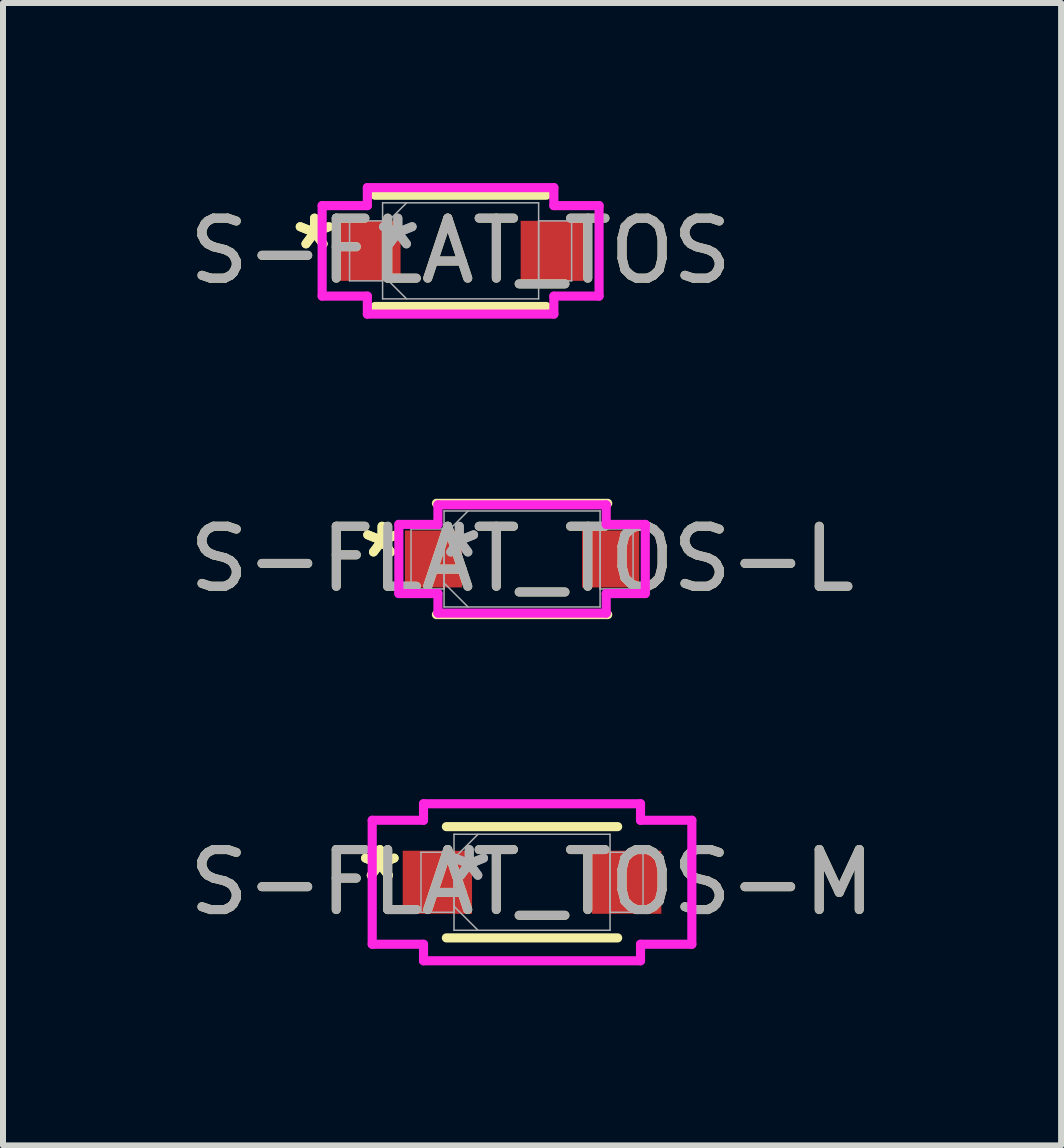
<source format=kicad_pcb>
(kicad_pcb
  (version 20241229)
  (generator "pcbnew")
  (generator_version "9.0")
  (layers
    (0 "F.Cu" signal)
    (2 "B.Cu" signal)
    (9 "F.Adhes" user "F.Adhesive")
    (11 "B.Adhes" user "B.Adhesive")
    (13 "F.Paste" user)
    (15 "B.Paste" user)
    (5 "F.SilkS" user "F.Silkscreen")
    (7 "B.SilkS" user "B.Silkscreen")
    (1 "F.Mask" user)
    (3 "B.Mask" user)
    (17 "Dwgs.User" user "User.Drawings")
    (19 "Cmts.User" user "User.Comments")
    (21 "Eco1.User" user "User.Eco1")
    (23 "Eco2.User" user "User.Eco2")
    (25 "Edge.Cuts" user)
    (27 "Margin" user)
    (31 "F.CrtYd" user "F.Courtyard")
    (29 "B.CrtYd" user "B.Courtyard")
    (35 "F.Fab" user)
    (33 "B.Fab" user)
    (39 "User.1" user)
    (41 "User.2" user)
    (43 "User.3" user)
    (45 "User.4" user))
  (footprint "S-FLAT_TOS"
    (layer "F.Cu")
    (at 4.625 1.13)
    (property "Reference" "S-FLAT_TOS" (at 0 0 0) (unlocked yes) (layer "F.SilkS") (effects (font (size 1 1) (thickness 0.15))))
    (attr smd)
    (fp_line (start -1.427 0.927) (end 1.427 0.927) (stroke (width 0.152) (type solid)) (layer "F.SilkS"))
    (fp_line (start 1.427 -0.927) (end -1.427 -0.927) (stroke (width 0.152) (type solid)) (layer "F.SilkS"))
    (fp_line (start -2.307 -0.754) (end -1.554 -0.754) (stroke (width 0.152) (type solid)) (layer "F.CrtYd"))
    (fp_line (start -2.307 0.754) (end -2.307 -0.754) (stroke (width 0.152) (type solid)) (layer "F.CrtYd"))
    (fp_line (start -1.554 -1.054) (end 1.554 -1.054) (stroke (width 0.152) (type solid)) (layer "F.CrtYd"))
    (fp_line (start -1.554 -0.754) (end -1.554 -1.054) (stroke (width 0.152) (type solid)) (layer "F.CrtYd"))
    (fp_line (start -1.554 0.754) (end -2.307 0.754) (stroke (width 0.152) (type solid)) (layer "F.CrtYd"))
    (fp_line (start -1.554 1.054) (end -1.554 0.754) (stroke (width 0.152) (type solid)) (layer "F.CrtYd"))
    (fp_line (start 1.554 -1.054) (end 1.554 -0.754) (stroke (width 0.152) (type solid)) (layer "F.CrtYd"))
    (fp_line (start 1.554 -0.754) (end 2.307 -0.754) (stroke (width 0.152) (type solid)) (layer "F.CrtYd"))
    (fp_line (start 1.554 0.754) (end 1.554 1.054) (stroke (width 0.152) (type solid)) (layer "F.CrtYd"))
    (fp_line (start 1.554 1.054) (end -1.554 1.054) (stroke (width 0.152) (type solid)) (layer "F.CrtYd"))
    (fp_line (start 2.307 -0.754) (end 2.307 0.754) (stroke (width 0.152) (type solid)) (layer "F.CrtYd"))
    (fp_line (start 2.307 0.754) (end 1.554 0.754) (stroke (width 0.152) (type solid)) (layer "F.CrtYd"))
    (fp_line (start -1.85 -0.5) (end -1.85 0.5) (stroke (width 0.025) (type solid)) (layer "F.Fab"))
    (fp_line (start -1.85 0.5) (end -1.3 0.5) (stroke (width 0.025) (type solid)) (layer "F.Fab"))
    (fp_line (start -1.3 -0.8) (end -1.3 0.8) (stroke (width 0.025) (type solid)) (layer "F.Fab"))
    (fp_line (start -1.3 -0.5) (end -1.85 -0.5) (stroke (width 0.025) (type solid)) (layer "F.Fab"))
    (fp_line (start -1.3 -0.4) (end -0.9 -0.8) (stroke (width 0.025) (type solid)) (layer "F.Fab"))
    (fp_line (start -1.3 0.4) (end -0.9 0.8) (stroke (width 0.025) (type solid)) (layer "F.Fab"))
    (fp_line (start -1.3 0.5) (end -1.3 -0.5) (stroke (width 0.025) (type solid)) (layer "F.Fab"))
    (fp_line (start -1.3 0.8) (end 1.3 0.8) (stroke (width 0.025) (type solid)) (layer "F.Fab"))
    (fp_line (start 1.3 -0.8) (end -1.3 -0.8) (stroke (width 0.025) (type solid)) (layer "F.Fab"))
    (fp_line (start 1.3 -0.5) (end 1.3 0.5) (stroke (width 0.025) (type solid)) (layer "F.Fab"))
    (fp_line (start 1.3 0.5) (end 1.85 0.5) (stroke (width 0.025) (type solid)) (layer "F.Fab"))
    (fp_line (start 1.3 0.8) (end 1.3 -0.8) (stroke (width 0.025) (type solid)) (layer "F.Fab"))
    (fp_line (start 1.85 -0.5) (end 1.3 -0.5) (stroke (width 0.025) (type solid)) (layer "F.Fab"))
    (fp_line (start 1.85 0.5) (end 1.85 -0.5) (stroke (width 0.025) (type solid)) (layer "F.Fab"))
    (fp_text user "*" (at -2.434 0 0) (layer "F.SilkS") (effects (font (size 1 1) (thickness 0.15))))
    (fp_text user "*" (at -2.434 0 0) (unlocked yes) (layer "F.SilkS") (effects (font (size 1 1) (thickness 0.15))))
    (fp_text user "*" (at -1.046 0 0) (layer "F.Fab") (effects (font (size 1 1) (thickness 0.15))))
    (fp_text user "${REFERENCE}" (at 0 0 0) (unlocked yes) (layer "F.Fab") (effects (font (size 1 1) (thickness 0.15))))
    (fp_text user "*" (at -1.046 0 0) (unlocked yes) (layer "F.Fab") (effects (font (size 1 1) (thickness 0.15))))
    (pad "1" smd rect (at -1.527 0) (size 1.053 1) (layers "F.Cu" "F.Mask" "F.Paste"))
    (pad "2" smd rect (at 1.527 0) (size 1.053 1) (layers "F.Cu" "F.Mask" "F.Paste"))
    (zone (net_name "") (layer "F.Cu") (hatch full 0.508) (connect_pads) (min_thickness 0.254) (filled_areas_thickness no) (keepout (tracks not_allowed) (vias not_allowed) (pads allowed) (copperpour not_allowed) (footprints allowed)) (placement (enabled no)) (fill) (polygon (pts (xy 3.676 0.381) (xy 5.574 0.381) (xy 5.574 1.879) (xy 3.676 1.879)))))
  (footprint "S-FLAT_TOS-L"
    (layer "F.Cu")
    (at 5.649 6.264)
    (property "Reference" "S-FLAT_TOS-L" (at 0 0 0) (unlocked yes) (layer "F.SilkS") (effects (font (size 1 1) (thickness 0.15))))
    (attr smd)
    (fp_line (start -1.427 0.927) (end 1.427 0.927) (stroke (width 0.152) (type solid)) (layer "F.SilkS"))
    (fp_line (start 1.427 -0.927) (end -1.427 -0.927) (stroke (width 0.152) (type solid)) (layer "F.SilkS"))
    (fp_line (start -2.053 -0.576) (end -1.402 -0.576) (stroke (width 0.152) (type solid)) (layer "F.CrtYd"))
    (fp_line (start -2.053 0.576) (end -2.053 -0.576) (stroke (width 0.152) (type solid)) (layer "F.CrtYd"))
    (fp_line (start -1.402 -0.902) (end 1.402 -0.902) (stroke (width 0.152) (type solid)) (layer "F.CrtYd"))
    (fp_line (start -1.402 -0.576) (end -1.402 -0.902) (stroke (width 0.152) (type solid)) (layer "F.CrtYd"))
    (fp_line (start -1.402 0.576) (end -2.053 0.576) (stroke (width 0.152) (type solid)) (layer "F.CrtYd"))
    (fp_line (start -1.402 0.902) (end -1.402 0.576) (stroke (width 0.152) (type solid)) (layer "F.CrtYd"))
    (fp_line (start 1.402 -0.902) (end 1.402 -0.576) (stroke (width 0.152) (type solid)) (layer "F.CrtYd"))
    (fp_line (start 1.402 -0.576) (end 2.053 -0.576) (stroke (width 0.152) (type solid)) (layer "F.CrtYd"))
    (fp_line (start 1.402 0.576) (end 1.402 0.902) (stroke (width 0.152) (type solid)) (layer "F.CrtYd"))
    (fp_line (start 1.402 0.902) (end -1.402 0.902) (stroke (width 0.152) (type solid)) (layer "F.CrtYd"))
    (fp_line (start 2.053 -0.576) (end 2.053 0.576) (stroke (width 0.152) (type solid)) (layer "F.CrtYd"))
    (fp_line (start 2.053 0.576) (end 1.402 0.576) (stroke (width 0.152) (type solid)) (layer "F.CrtYd"))
    (fp_line (start -1.85 -0.5) (end -1.85 0.5) (stroke (width 0.025) (type solid)) (layer "F.Fab"))
    (fp_line (start -1.85 0.5) (end -1.3 0.5) (stroke (width 0.025) (type solid)) (layer "F.Fab"))
    (fp_line (start -1.3 -0.8) (end -1.3 0.8) (stroke (width 0.025) (type solid)) (layer "F.Fab"))
    (fp_line (start -1.3 -0.5) (end -1.85 -0.5) (stroke (width 0.025) (type solid)) (layer "F.Fab"))
    (fp_line (start -1.3 -0.4) (end -0.9 -0.8) (stroke (width 0.025) (type solid)) (layer "F.Fab"))
    (fp_line (start -1.3 0.4) (end -0.9 0.8) (stroke (width 0.025) (type solid)) (layer "F.Fab"))
    (fp_line (start -1.3 0.5) (end -1.3 -0.5) (stroke (width 0.025) (type solid)) (layer "F.Fab"))
    (fp_line (start -1.3 0.8) (end 1.3 0.8) (stroke (width 0.025) (type solid)) (layer "F.Fab"))
    (fp_line (start 1.3 -0.8) (end -1.3 -0.8) (stroke (width 0.025) (type solid)) (layer "F.Fab"))
    (fp_line (start 1.3 -0.5) (end 1.3 0.5) (stroke (width 0.025) (type solid)) (layer "F.Fab"))
    (fp_line (start 1.3 0.5) (end 1.85 0.5) (stroke (width 0.025) (type solid)) (layer "F.Fab"))
    (fp_line (start 1.3 0.8) (end 1.3 -0.8) (stroke (width 0.025) (type solid)) (layer "F.Fab"))
    (fp_line (start 1.85 -0.5) (end 1.3 -0.5) (stroke (width 0.025) (type solid)) (layer "F.Fab"))
    (fp_line (start 1.85 0.5) (end 1.85 -0.5) (stroke (width 0.025) (type solid)) (layer "F.Fab"))
    (fp_text user "*" (at -2.333 0 0) (layer "F.SilkS") (effects (font (size 1 1) (thickness 0.15))))
    (fp_text user "*" (at -2.333 0 0) (unlocked yes) (layer "F.SilkS") (effects (font (size 1 1) (thickness 0.15))))
    (fp_text user "*" (at -1.046 0 0) (unlocked yes) (layer "F.Fab") (effects (font (size 1 1) (thickness 0.15))))
    (fp_text user "${REFERENCE}" (at 0 0 0) (unlocked yes) (layer "F.Fab") (effects (font (size 1 1) (thickness 0.15))))
    (fp_text user "*" (at -1.046 0 0) (layer "F.Fab") (effects (font (size 1 1) (thickness 0.15))))
    (pad "1" smd rect (at -1.476 0) (size 0.952 0.949) (layers "F.Cu" "F.Mask" "F.Paste"))
    (pad "2" smd rect (at 1.476 0) (size 0.952 0.949) (layers "F.Cu" "F.Mask" "F.Paste"))
    (zone (net_name "") (layer "F.Cu") (hatch full 0.508) (connect_pads) (min_thickness 0.254) (filled_areas_thickness no) (keepout (tracks not_allowed) (vias not_allowed) (pads allowed) (copperpour not_allowed) (footprints allowed)) (placement (enabled no)) (fill) (polygon (pts (xy 4.7 5.514) (xy 6.598 5.514) (xy 6.598 7.013) (xy 4.7 7.013)))))
  (footprint "S-FLAT_TOS-M"
    (layer "F.Cu")
    (at 5.815 11.651)
    (property "Reference" "S-FLAT_TOS-M" (at 0 0 0) (unlocked yes) (layer "F.SilkS") (effects (font (size 1 1) (thickness 0.15))))
    (attr smd)
    (fp_line (start -1.427 0.927) (end 1.427 0.927) (stroke (width 0.152) (type solid)) (layer "F.SilkS"))
    (fp_line (start 1.427 -0.927) (end -1.427 -0.927) (stroke (width 0.152) (type solid)) (layer "F.SilkS"))
    (fp_line (start -2.663 -1.033) (end -1.808 -1.033) (stroke (width 0.152) (type solid)) (layer "F.CrtYd"))
    (fp_line (start -2.663 1.033) (end -2.663 -1.033) (stroke (width 0.152) (type solid)) (layer "F.CrtYd"))
    (fp_line (start -1.808 -1.308) (end 1.808 -1.308) (stroke (width 0.152) (type solid)) (layer "F.CrtYd"))
    (fp_line (start -1.808 -1.033) (end -1.808 -1.308) (stroke (width 0.152) (type solid)) (layer "F.CrtYd"))
    (fp_line (start -1.808 1.033) (end -2.663 1.033) (stroke (width 0.152) (type solid)) (layer "F.CrtYd"))
    (fp_line (start -1.808 1.308) (end -1.808 1.033) (stroke (width 0.152) (type solid)) (layer "F.CrtYd"))
    (fp_line (start 1.808 -1.308) (end 1.808 -1.033) (stroke (width 0.152) (type solid)) (layer "F.CrtYd"))
    (fp_line (start 1.808 -1.033) (end 2.663 -1.033) (stroke (width 0.152) (type solid)) (layer "F.CrtYd"))
    (fp_line (start 1.808 1.033) (end 1.808 1.308) (stroke (width 0.152) (type solid)) (layer "F.CrtYd"))
    (fp_line (start 1.808 1.308) (end -1.808 1.308) (stroke (width 0.152) (type solid)) (layer "F.CrtYd"))
    (fp_line (start 2.663 -1.033) (end 2.663 1.033) (stroke (width 0.152) (type solid)) (layer "F.CrtYd"))
    (fp_line (start 2.663 1.033) (end 1.808 1.033) (stroke (width 0.152) (type solid)) (layer "F.CrtYd"))
    (fp_line (start -1.85 -0.5) (end -1.85 0.5) (stroke (width 0.025) (type solid)) (layer "F.Fab"))
    (fp_line (start -1.85 0.5) (end -1.3 0.5) (stroke (width 0.025) (type solid)) (layer "F.Fab"))
    (fp_line (start -1.3 -0.8) (end -1.3 0.8) (stroke (width 0.025) (type solid)) (layer "F.Fab"))
    (fp_line (start -1.3 -0.5) (end -1.85 -0.5) (stroke (width 0.025) (type solid)) (layer "F.Fab"))
    (fp_line (start -1.3 -0.4) (end -0.9 -0.8) (stroke (width 0.025) (type solid)) (layer "F.Fab"))
    (fp_line (start -1.3 0.4) (end -0.9 0.8) (stroke (width 0.025) (type solid)) (layer "F.Fab"))
    (fp_line (start -1.3 0.5) (end -1.3 -0.5) (stroke (width 0.025) (type solid)) (layer "F.Fab"))
    (fp_line (start -1.3 0.8) (end 1.3 0.8) (stroke (width 0.025) (type solid)) (layer "F.Fab"))
    (fp_line (start 1.3 -0.8) (end -1.3 -0.8) (stroke (width 0.025) (type solid)) (layer "F.Fab"))
    (fp_line (start 1.3 -0.5) (end 1.3 0.5) (stroke (width 0.025) (type solid)) (layer "F.Fab"))
    (fp_line (start 1.3 0.5) (end 1.85 0.5) (stroke (width 0.025) (type solid)) (layer "F.Fab"))
    (fp_line (start 1.3 0.8) (end 1.3 -0.8) (stroke (width 0.025) (type solid)) (layer "F.Fab"))
    (fp_line (start 1.85 -0.5) (end 1.3 -0.5) (stroke (width 0.025) (type solid)) (layer "F.Fab"))
    (fp_line (start 1.85 0.5) (end 1.85 -0.5) (stroke (width 0.025) (type solid)) (layer "F.Fab"))
    (fp_text user "*" (at -2.536 0 0) (layer "F.SilkS") (effects (font (size 1 1) (thickness 0.15))))
    (fp_text user "*" (at -2.536 0 0) (unlocked yes) (layer "F.SilkS") (effects (font (size 1 1) (thickness 0.15))))
    (fp_text user "*" (at -1.046 0 0) (unlocked yes) (layer "F.Fab") (effects (font (size 1 1) (thickness 0.15))))
    (fp_text user "*" (at -1.046 0 0) (layer "F.Fab") (effects (font (size 1 1) (thickness 0.15))))
    (fp_text user "${REFERENCE}" (at 0 0 0) (unlocked yes) (layer "F.Fab") (effects (font (size 1 1) (thickness 0.15))))
    (pad "1" smd rect (at -1.577 0) (size 1.155 1.051) (layers "F.Cu" "F.Mask" "F.Paste"))
    (pad "2" smd rect (at 1.577 0) (size 1.155 1.051) (layers "F.Cu" "F.Mask" "F.Paste"))
    (zone (net_name "") (layer "F.Cu") (hatch full 0.508) (connect_pads) (min_thickness 0.254) (filled_areas_thickness no) (keepout (tracks not_allowed) (vias not_allowed) (pads allowed) (copperpour not_allowed) (footprints allowed)) (placement (enabled no)) (fill) (polygon (pts (xy 4.866 10.902) (xy 6.765 10.902) (xy 6.765 12.4) (xy 4.866 12.4)))))
  (gr_rect
    (start -3 -3)
    (end 14.631 16.035)
    (stroke (width 0.1) (type default))
    (fill no)
    (layer "Edge.Cuts")))
</source>
